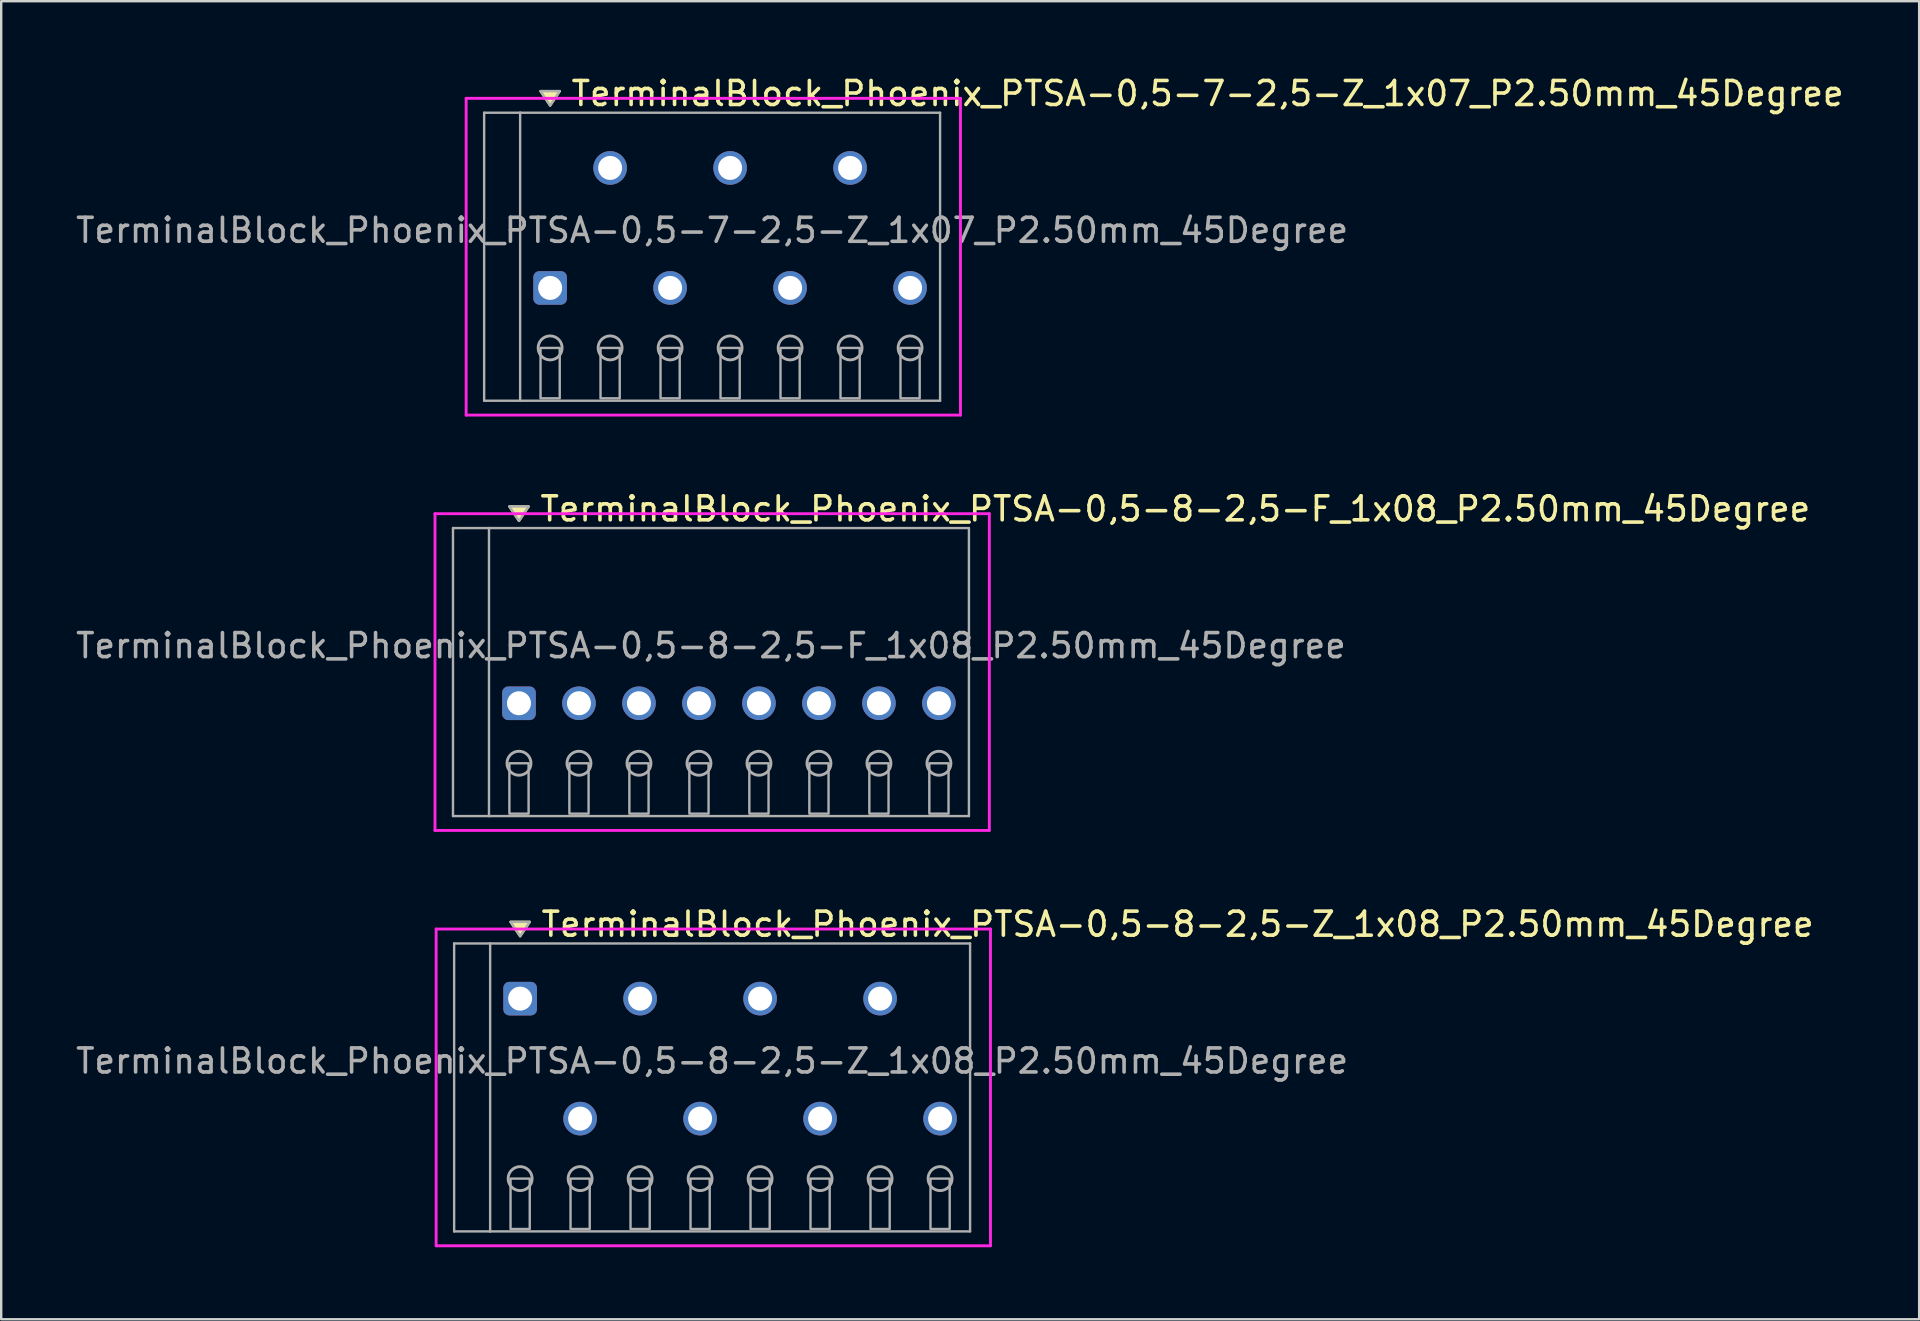
<source format=kicad_pcb>
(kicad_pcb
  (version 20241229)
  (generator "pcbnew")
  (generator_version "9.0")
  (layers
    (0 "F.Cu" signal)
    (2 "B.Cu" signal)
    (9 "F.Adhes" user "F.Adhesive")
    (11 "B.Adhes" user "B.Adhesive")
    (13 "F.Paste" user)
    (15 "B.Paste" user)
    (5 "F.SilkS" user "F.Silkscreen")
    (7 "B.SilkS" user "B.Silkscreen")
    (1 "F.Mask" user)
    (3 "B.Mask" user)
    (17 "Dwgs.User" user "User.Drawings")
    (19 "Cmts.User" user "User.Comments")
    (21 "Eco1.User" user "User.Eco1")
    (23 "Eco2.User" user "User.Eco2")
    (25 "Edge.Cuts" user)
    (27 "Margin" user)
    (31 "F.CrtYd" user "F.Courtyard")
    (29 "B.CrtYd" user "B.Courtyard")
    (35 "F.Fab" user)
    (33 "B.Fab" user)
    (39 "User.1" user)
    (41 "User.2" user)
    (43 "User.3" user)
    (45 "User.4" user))
  (footprint "TerminalBlock_Phoenix_PTSA-0,5-7-2,5-Z_1x07_P2.50mm_45Degree"
    (layer "F.Cu")
    (at 19.875 8.948)
    (property "Reference" "TerminalBlock_Phoenix_PTSA-0,5-7-2,5-Z_1x07_P2.50mm_45Degree" (at 0.8 -8.1 0) (layer "F.SilkS") (effects (font (size 1 1) (thickness 0.15)) (justify left)))
    (attr through_hole)
    (fp_poly (pts (xy 0 -7.6) (xy -0.4 -8.2) (xy 0.4 -8.2)) (stroke (width 0.1) (type solid)) (fill yes) (layer "F.SilkS"))
    (fp_line (start -3.5 -7.9) (end 17.1 -7.9) (stroke (width 0.12) (type solid)) (layer "F.CrtYd"))
    (fp_line (start -3.5 5.3) (end -3.5 -7.9) (stroke (width 0.12) (type solid)) (layer "F.CrtYd"))
    (fp_line (start 17.1 -7.9) (end 17.1 5.3) (stroke (width 0.12) (type solid)) (layer "F.CrtYd"))
    (fp_line (start 17.1 5.3) (end -3.5 5.3) (stroke (width 0.12) (type solid)) (layer "F.CrtYd"))
    (fp_line (start -2.75 -7.3) (end -1.25 -7.3) (stroke (width 0.1) (type solid)) (layer "F.Fab"))
    (fp_line (start -2.75 4.7) (end -2.75 -7.3) (stroke (width 0.1) (type solid)) (layer "F.Fab"))
    (fp_line (start -1.25 -7.3) (end -1.25 4.7) (stroke (width 0.1) (type solid)) (layer "F.Fab"))
    (fp_line (start -1.25 4.7) (end -2.75 4.7) (stroke (width 0.1) (type solid)) (layer "F.Fab"))
    (fp_line (start -1.25 4.7) (end 16.25 4.7) (stroke (width 0.1) (type solid)) (layer "F.Fab"))
    (fp_line (start 16.25 -7.3) (end -1.25 -7.3) (stroke (width 0.1) (type solid)) (layer "F.Fab"))
    (fp_line (start 16.25 4.7) (end 16.25 -7.3) (stroke (width 0.1) (type solid)) (layer "F.Fab"))
    (fp_circle (center 0 2.5) (end -0.5 2.5) (stroke (width 0.12) (type solid)) (fill no) (layer "F.Fab"))
    (fp_circle (center 2.5 2.5) (end 2 2.5) (stroke (width 0.12) (type solid)) (fill no) (layer "F.Fab"))
    (fp_circle (center 5 2.5) (end 4.5 2.5) (stroke (width 0.12) (type solid)) (fill no) (layer "F.Fab"))
    (fp_circle (center 7.5 2.5) (end 7 2.5) (stroke (width 0.12) (type solid)) (fill no) (layer "F.Fab"))
    (fp_circle (center 10 2.5) (end 9.5 2.5) (stroke (width 0.12) (type solid)) (fill no) (layer "F.Fab"))
    (fp_circle (center 12.5 2.5) (end 12 2.5) (stroke (width 0.12) (type solid)) (fill no) (layer "F.Fab"))
    (fp_circle (center 15 2.5) (end 14.5 2.5) (stroke (width 0.12) (type solid)) (fill no) (layer "F.Fab"))
    (fp_poly (pts (xy 0 -7.6) (xy -0.4 -8.2) (xy 0.4 -8.2)) (stroke (width 0.1) (type solid)) (fill no) (layer "F.Fab"))
    (fp_poly (pts (xy -0.4 2.5) (xy -0.4 4.6) (xy 0.4 4.6) (xy 0.4 2.5)) (stroke (width 0.1) (type solid)) (fill no) (layer "F.Fab"))
    (fp_poly (pts (xy 2.1 2.5) (xy 2.1 4.6) (xy 2.9 4.6) (xy 2.9 2.5)) (stroke (width 0.1) (type solid)) (fill no) (layer "F.Fab"))
    (fp_poly (pts (xy 4.6 2.5) (xy 4.6 4.6) (xy 5.4 4.6) (xy 5.4 2.5)) (stroke (width 0.1) (type solid)) (fill no) (layer "F.Fab"))
    (fp_poly (pts (xy 7.1 2.5) (xy 7.1 4.6) (xy 7.9 4.6) (xy 7.9 2.5)) (stroke (width 0.1) (type solid)) (fill no) (layer "F.Fab"))
    (fp_poly (pts (xy 9.6 2.5) (xy 9.6 4.6) (xy 10.4 4.6) (xy 10.4 2.5)) (stroke (width 0.1) (type solid)) (fill no) (layer "F.Fab"))
    (fp_poly (pts (xy 12.1 2.5) (xy 12.1 4.6) (xy 12.9 4.6) (xy 12.9 2.5)) (stroke (width 0.1) (type solid)) (fill no) (layer "F.Fab"))
    (fp_poly (pts (xy 14.6 2.5) (xy 14.6 4.6) (xy 15.4 4.6) (xy 15.4 2.5)) (stroke (width 0.1) (type solid)) (fill no) (layer "F.Fab"))
    (fp_text user "${REFERENCE}" (at 6.75 -2.4 0) (layer "F.Fab") (effects (font (size 1 1) (thickness 0.15))))
    (pad "1" thru_hole roundrect (at 0 0) (size 1.4 1.4) (drill 1) (layers "*.Cu" "*.Mask") (roundrect_rratio 0.179))
    (pad "2" thru_hole oval (at 2.5 -5) (size 1.4 1.4) (drill 1) (layers "*.Cu" "*.Mask"))
    (pad "3" thru_hole oval (at 5 0) (size 1.4 1.4) (drill 1) (layers "*.Cu" "*.Mask"))
    (pad "4" thru_hole oval (at 7.5 -5) (size 1.4 1.4) (drill 1) (layers "*.Cu" "*.Mask"))
    (pad "5" thru_hole oval (at 10 0) (size 1.4 1.4) (drill 1) (layers "*.Cu" "*.Mask"))
    (pad "6" thru_hole oval (at 12.5 -5) (size 1.4 1.4) (drill 1) (layers "*.Cu" "*.Mask"))
    (pad "7" thru_hole oval (at 15 0) (size 1.4 1.4) (drill 1) (layers "*.Cu" "*.Mask")))
  (footprint "TerminalBlock_Phoenix_PTSA-0,5-8-2,5-F_1x08_P2.50mm_45Degree"
    (layer "F.Cu")
    (at 18.577 26.256)
    (property "Reference" "TerminalBlock_Phoenix_PTSA-0,5-8-2,5-F_1x08_P2.50mm_45Degree" (at 0.8 -8.1 0) (layer "F.SilkS") (effects (font (size 1 1) (thickness 0.15)) (justify left)))
    (attr through_hole)
    (fp_poly (pts (xy 0 -7.6) (xy -0.4 -8.2) (xy 0.4 -8.2)) (stroke (width 0.1) (type solid)) (fill yes) (layer "F.SilkS"))
    (fp_line (start -3.5 -7.9) (end 19.6 -7.9) (stroke (width 0.12) (type solid)) (layer "F.CrtYd"))
    (fp_line (start -3.5 5.3) (end -3.5 -7.9) (stroke (width 0.12) (type solid)) (layer "F.CrtYd"))
    (fp_line (start 19.6 -7.9) (end 19.6 5.3) (stroke (width 0.12) (type solid)) (layer "F.CrtYd"))
    (fp_line (start 19.6 5.3) (end -3.5 5.3) (stroke (width 0.12) (type solid)) (layer "F.CrtYd"))
    (fp_line (start -2.75 -7.3) (end -1.25 -7.3) (stroke (width 0.1) (type solid)) (layer "F.Fab"))
    (fp_line (start -2.75 4.7) (end -2.75 -7.3) (stroke (width 0.1) (type solid)) (layer "F.Fab"))
    (fp_line (start -1.25 -7.3) (end -1.25 4.7) (stroke (width 0.1) (type solid)) (layer "F.Fab"))
    (fp_line (start -1.25 4.7) (end -2.75 4.7) (stroke (width 0.1) (type solid)) (layer "F.Fab"))
    (fp_line (start -1.25 4.7) (end 18.75 4.7) (stroke (width 0.1) (type solid)) (layer "F.Fab"))
    (fp_line (start 18.75 -7.3) (end -1.25 -7.3) (stroke (width 0.1) (type solid)) (layer "F.Fab"))
    (fp_line (start 18.75 4.7) (end 18.75 -7.3) (stroke (width 0.1) (type solid)) (layer "F.Fab"))
    (fp_circle (center 0 2.5) (end -0.5 2.5) (stroke (width 0.12) (type solid)) (fill no) (layer "F.Fab"))
    (fp_circle (center 2.5 2.5) (end 2 2.5) (stroke (width 0.12) (type solid)) (fill no) (layer "F.Fab"))
    (fp_circle (center 5 2.5) (end 4.5 2.5) (stroke (width 0.12) (type solid)) (fill no) (layer "F.Fab"))
    (fp_circle (center 7.5 2.5) (end 7 2.5) (stroke (width 0.12) (type solid)) (fill no) (layer "F.Fab"))
    (fp_circle (center 10 2.5) (end 9.5 2.5) (stroke (width 0.12) (type solid)) (fill no) (layer "F.Fab"))
    (fp_circle (center 12.5 2.5) (end 12 2.5) (stroke (width 0.12) (type solid)) (fill no) (layer "F.Fab"))
    (fp_circle (center 15 2.5) (end 14.5 2.5) (stroke (width 0.12) (type solid)) (fill no) (layer "F.Fab"))
    (fp_circle (center 17.5 2.5) (end 17 2.5) (stroke (width 0.12) (type solid)) (fill no) (layer "F.Fab"))
    (fp_poly (pts (xy 0 -7.6) (xy -0.4 -8.2) (xy 0.4 -8.2)) (stroke (width 0.1) (type solid)) (fill no) (layer "F.Fab"))
    (fp_poly (pts (xy -0.4 2.5) (xy -0.4 4.6) (xy 0.4 4.6) (xy 0.4 2.5)) (stroke (width 0.1) (type solid)) (fill no) (layer "F.Fab"))
    (fp_poly (pts (xy 2.1 2.5) (xy 2.1 4.6) (xy 2.9 4.6) (xy 2.9 2.5)) (stroke (width 0.1) (type solid)) (fill no) (layer "F.Fab"))
    (fp_poly (pts (xy 4.6 2.5) (xy 4.6 4.6) (xy 5.4 4.6) (xy 5.4 2.5)) (stroke (width 0.1) (type solid)) (fill no) (layer "F.Fab"))
    (fp_poly (pts (xy 7.1 2.5) (xy 7.1 4.6) (xy 7.9 4.6) (xy 7.9 2.5)) (stroke (width 0.1) (type solid)) (fill no) (layer "F.Fab"))
    (fp_poly (pts (xy 9.6 2.5) (xy 9.6 4.6) (xy 10.4 4.6) (xy 10.4 2.5)) (stroke (width 0.1) (type solid)) (fill no) (layer "F.Fab"))
    (fp_poly (pts (xy 12.1 2.5) (xy 12.1 4.6) (xy 12.9 4.6) (xy 12.9 2.5)) (stroke (width 0.1) (type solid)) (fill no) (layer "F.Fab"))
    (fp_poly (pts (xy 14.6 2.5) (xy 14.6 4.6) (xy 15.4 4.6) (xy 15.4 2.5)) (stroke (width 0.1) (type solid)) (fill no) (layer "F.Fab"))
    (fp_poly (pts (xy 17.1 2.5) (xy 17.1 4.6) (xy 17.9 4.6) (xy 17.9 2.5)) (stroke (width 0.1) (type solid)) (fill no) (layer "F.Fab"))
    (fp_text user "${REFERENCE}" (at 8 -2.4 0) (layer "F.Fab") (effects (font (size 1 1) (thickness 0.15))))
    (pad "1" thru_hole roundrect (at 0 0) (size 1.4 1.4) (drill 1) (layers "*.Cu" "*.Mask") (roundrect_rratio 0.179))
    (pad "2" thru_hole oval (at 2.5 0) (size 1.4 1.4) (drill 1) (layers "*.Cu" "*.Mask"))
    (pad "3" thru_hole oval (at 5 0) (size 1.4 1.4) (drill 1) (layers "*.Cu" "*.Mask"))
    (pad "4" thru_hole oval (at 7.5 0) (size 1.4 1.4) (drill 1) (layers "*.Cu" "*.Mask"))
    (pad "5" thru_hole oval (at 10 0) (size 1.4 1.4) (drill 1) (layers "*.Cu" "*.Mask"))
    (pad "6" thru_hole oval (at 12.5 0) (size 1.4 1.4) (drill 1) (layers "*.Cu" "*.Mask"))
    (pad "7" thru_hole oval (at 15 0) (size 1.4 1.4) (drill 1) (layers "*.Cu" "*.Mask"))
    (pad "8" thru_hole oval (at 17.5 0) (size 1.4 1.4) (drill 1) (layers "*.Cu" "*.Mask")))
  (footprint "TerminalBlock_Phoenix_PTSA-0,5-8-2,5-Z_1x08_P2.50mm_45Degree"
    (layer "F.Cu")
    (at 18.625 43.565)
    (property "Reference" "TerminalBlock_Phoenix_PTSA-0,5-8-2,5-Z_1x08_P2.50mm_45Degree" (at 0.8 -8.1 0) (layer "F.SilkS") (effects (font (size 1 1) (thickness 0.15)) (justify left)))
    (attr through_hole)
    (fp_poly (pts (xy 0 -7.6) (xy -0.4 -8.2) (xy 0.4 -8.2)) (stroke (width 0.1) (type solid)) (fill yes) (layer "F.SilkS"))
    (fp_line (start -3.5 -7.9) (end 19.6 -7.9) (stroke (width 0.12) (type solid)) (layer "F.CrtYd"))
    (fp_line (start -3.5 5.3) (end -3.5 -7.9) (stroke (width 0.12) (type solid)) (layer "F.CrtYd"))
    (fp_line (start 19.6 -7.9) (end 19.6 5.3) (stroke (width 0.12) (type solid)) (layer "F.CrtYd"))
    (fp_line (start 19.6 5.3) (end -3.5 5.3) (stroke (width 0.12) (type solid)) (layer "F.CrtYd"))
    (fp_line (start -2.75 -7.3) (end -1.25 -7.3) (stroke (width 0.1) (type solid)) (layer "F.Fab"))
    (fp_line (start -2.75 4.7) (end -2.75 -7.3) (stroke (width 0.1) (type solid)) (layer "F.Fab"))
    (fp_line (start -1.25 -7.3) (end -1.25 4.7) (stroke (width 0.1) (type solid)) (layer "F.Fab"))
    (fp_line (start -1.25 4.7) (end -2.75 4.7) (stroke (width 0.1) (type solid)) (layer "F.Fab"))
    (fp_line (start -1.25 4.7) (end 18.75 4.7) (stroke (width 0.1) (type solid)) (layer "F.Fab"))
    (fp_line (start 18.75 -7.3) (end -1.25 -7.3) (stroke (width 0.1) (type solid)) (layer "F.Fab"))
    (fp_line (start 18.75 4.7) (end 18.75 -7.3) (stroke (width 0.1) (type solid)) (layer "F.Fab"))
    (fp_circle (center 0 2.5) (end -0.5 2.5) (stroke (width 0.12) (type solid)) (fill no) (layer "F.Fab"))
    (fp_circle (center 2.5 2.5) (end 2 2.5) (stroke (width 0.12) (type solid)) (fill no) (layer "F.Fab"))
    (fp_circle (center 5 2.5) (end 4.5 2.5) (stroke (width 0.12) (type solid)) (fill no) (layer "F.Fab"))
    (fp_circle (center 7.5 2.5) (end 7 2.5) (stroke (width 0.12) (type solid)) (fill no) (layer "F.Fab"))
    (fp_circle (center 10 2.5) (end 9.5 2.5) (stroke (width 0.12) (type solid)) (fill no) (layer "F.Fab"))
    (fp_circle (center 12.5 2.5) (end 12 2.5) (stroke (width 0.12) (type solid)) (fill no) (layer "F.Fab"))
    (fp_circle (center 15 2.5) (end 14.5 2.5) (stroke (width 0.12) (type solid)) (fill no) (layer "F.Fab"))
    (fp_circle (center 17.5 2.5) (end 17 2.5) (stroke (width 0.12) (type solid)) (fill no) (layer "F.Fab"))
    (fp_poly (pts (xy 0 -7.6) (xy -0.4 -8.2) (xy 0.4 -8.2)) (stroke (width 0.1) (type solid)) (fill no) (layer "F.Fab"))
    (fp_poly (pts (xy -0.4 2.5) (xy -0.4 4.6) (xy 0.4 4.6) (xy 0.4 2.5)) (stroke (width 0.1) (type solid)) (fill no) (layer "F.Fab"))
    (fp_poly (pts (xy 2.1 2.5) (xy 2.1 4.6) (xy 2.9 4.6) (xy 2.9 2.5)) (stroke (width 0.1) (type solid)) (fill no) (layer "F.Fab"))
    (fp_poly (pts (xy 4.6 2.5) (xy 4.6 4.6) (xy 5.4 4.6) (xy 5.4 2.5)) (stroke (width 0.1) (type solid)) (fill no) (layer "F.Fab"))
    (fp_poly (pts (xy 7.1 2.5) (xy 7.1 4.6) (xy 7.9 4.6) (xy 7.9 2.5)) (stroke (width 0.1) (type solid)) (fill no) (layer "F.Fab"))
    (fp_poly (pts (xy 9.6 2.5) (xy 9.6 4.6) (xy 10.4 4.6) (xy 10.4 2.5)) (stroke (width 0.1) (type solid)) (fill no) (layer "F.Fab"))
    (fp_poly (pts (xy 12.1 2.5) (xy 12.1 4.6) (xy 12.9 4.6) (xy 12.9 2.5)) (stroke (width 0.1) (type solid)) (fill no) (layer "F.Fab"))
    (fp_poly (pts (xy 14.6 2.5) (xy 14.6 4.6) (xy 15.4 4.6) (xy 15.4 2.5)) (stroke (width 0.1) (type solid)) (fill no) (layer "F.Fab"))
    (fp_poly (pts (xy 17.1 2.5) (xy 17.1 4.6) (xy 17.9 4.6) (xy 17.9 2.5)) (stroke (width 0.1) (type solid)) (fill no) (layer "F.Fab"))
    (fp_text user "${REFERENCE}" (at 8 -2.4 0) (layer "F.Fab") (effects (font (size 1 1) (thickness 0.15))))
    (pad "1" thru_hole roundrect (at 0 -5) (size 1.4 1.4) (drill 1) (layers "*.Cu" "*.Mask") (roundrect_rratio 0.179))
    (pad "2" thru_hole oval (at 2.5 0) (size 1.4 1.4) (drill 1) (layers "*.Cu" "*.Mask"))
    (pad "3" thru_hole oval (at 5 -5) (size 1.4 1.4) (drill 1) (layers "*.Cu" "*.Mask"))
    (pad "4" thru_hole oval (at 7.5 0) (size 1.4 1.4) (drill 1) (layers "*.Cu" "*.Mask"))
    (pad "5" thru_hole oval (at 10 -5) (size 1.4 1.4) (drill 1) (layers "*.Cu" "*.Mask"))
    (pad "6" thru_hole oval (at 12.5 0) (size 1.4 1.4) (drill 1) (layers "*.Cu" "*.Mask"))
    (pad "7" thru_hole oval (at 15 -5) (size 1.4 1.4) (drill 1) (layers "*.Cu" "*.Mask"))
    (pad "8" thru_hole oval (at 17.5 0) (size 1.4 1.4) (drill 1) (layers "*.Cu" "*.Mask")))
  (gr_rect
    (start -3 -3)
    (end 76.925 51.925)
    (stroke (width 0.1) (type default))
    (fill no)
    (layer "Edge.Cuts")))
</source>
